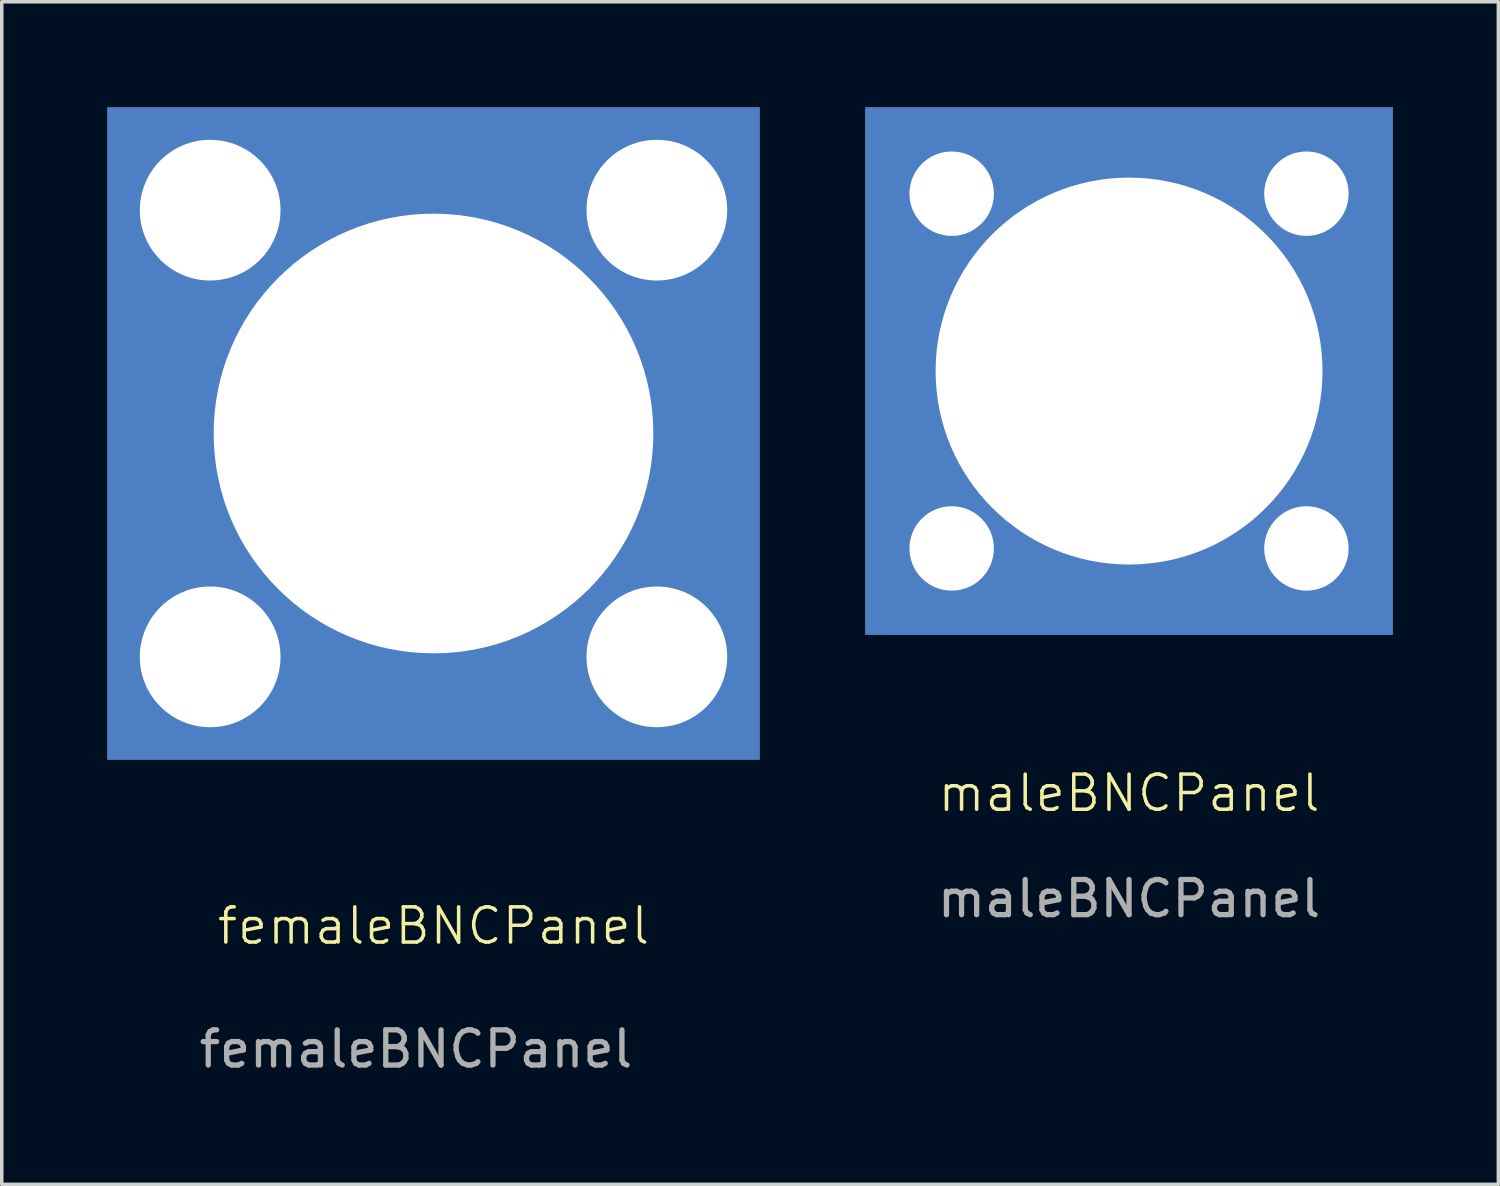
<source format=kicad_pcb>
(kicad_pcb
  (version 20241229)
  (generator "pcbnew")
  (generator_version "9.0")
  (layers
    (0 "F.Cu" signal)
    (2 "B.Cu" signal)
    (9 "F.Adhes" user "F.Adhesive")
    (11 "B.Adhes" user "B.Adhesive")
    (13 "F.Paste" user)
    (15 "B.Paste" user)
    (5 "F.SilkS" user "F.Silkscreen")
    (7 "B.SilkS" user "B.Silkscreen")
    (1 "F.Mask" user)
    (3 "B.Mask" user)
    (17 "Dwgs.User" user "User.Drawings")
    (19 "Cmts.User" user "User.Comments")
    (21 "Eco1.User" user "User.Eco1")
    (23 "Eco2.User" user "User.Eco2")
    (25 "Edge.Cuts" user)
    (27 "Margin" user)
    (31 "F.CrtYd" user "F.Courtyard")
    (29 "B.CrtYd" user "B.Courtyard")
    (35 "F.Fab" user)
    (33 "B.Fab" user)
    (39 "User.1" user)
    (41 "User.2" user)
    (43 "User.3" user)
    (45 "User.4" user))
  (footprint "femaleBNCPanel"
    (layer "F.Cu")
    (at 9.275 9.275)
    (property "Reference" "femaleBNCPanel" (at 0 14 0) (unlocked yes) (layer "F.SilkS") (effects (font (size 1 1) (thickness 0.1))))
    (attr smd)
    (fp_text user "${REFERENCE}" (at -0.5 17.5 0) (unlocked yes) (layer "F.Fab") (effects (font (size 1 1) (thickness 0.15))))
    (pad "2" thru_hole circle (at -6.35 -6.35) (size 4.4 4.4) (drill 4) (layers "*.Cu" "*.Mask"))
    (pad "2" thru_hole circle (at -6.35 6.35) (size 4.4 4.4) (drill 4) (layers "*.Cu" "*.Mask"))
    (pad "2" thru_hole rect (at 0 0) (size 18.55 18.55) (drill 12.5) (layers "*.Cu" "*.Mask"))
    (pad "2" thru_hole circle (at 6.35 -6.35) (size 4.4 4.4) (drill 4) (layers "*.Cu" "*.Mask"))
    (pad "2" thru_hole circle (at 6.35 6.35) (size 4.4 4.4) (drill 4) (layers "*.Cu" "*.Mask")))
  (footprint "maleBNCPanel"
    (layer "F.Cu")
    (at 29.05 7.5)
    (property "Reference" "maleBNCPanel" (at 0 12 0) (unlocked yes) (layer "F.SilkS") (effects (font (size 1 1) (thickness 0.1))))
    (attr smd)
    (fp_text user "${REFERENCE}" (at 0 15 0) (unlocked yes) (layer "F.Fab") (effects (font (size 1 1) (thickness 0.15))))
    (pad "2" thru_hole circle (at -5.043 -5.043) (size 2.8 2.8) (drill 2.4) (layers "*.Cu" "*.Mask"))
    (pad "2" thru_hole circle (at -5.043 5.043) (size 2.8 2.8) (drill 2.4) (layers "*.Cu" "*.Mask"))
    (pad "2" thru_hole rect (at 0 0) (size 15 15) (drill 11) (layers "*.Cu" "*.Mask"))
    (pad "2" thru_hole circle (at 5.043 -5.043) (size 2.8 2.8) (drill 2.4) (layers "*.Cu" "*.Mask"))
    (pad "2" thru_hole circle (at 5.043 5.043) (size 2.8 2.8) (drill 2.4) (layers "*.Cu" "*.Mask")))
  (gr_rect
    (start -3 -3)
    (end 39.55 30.623)
    (stroke (width 0.1) (type default))
    (fill no)
    (layer "Edge.Cuts")))
</source>
